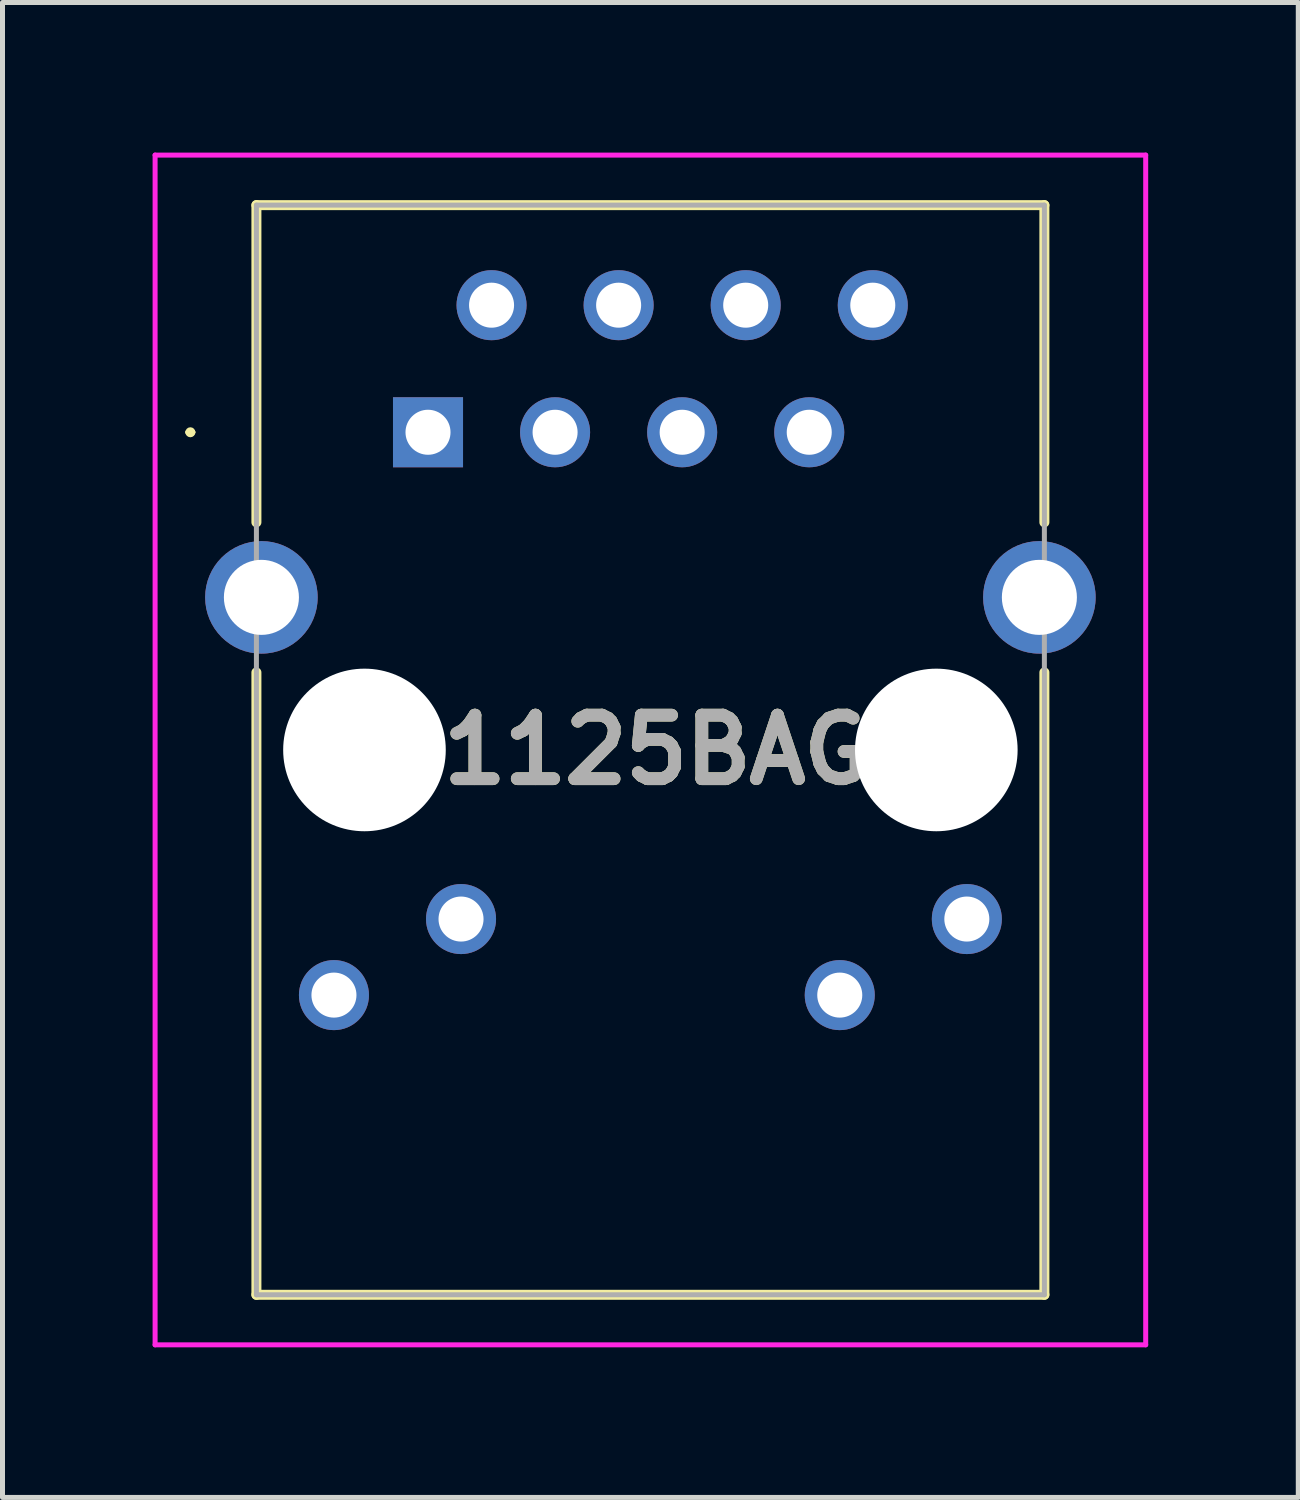
<source format=kicad_pcb>
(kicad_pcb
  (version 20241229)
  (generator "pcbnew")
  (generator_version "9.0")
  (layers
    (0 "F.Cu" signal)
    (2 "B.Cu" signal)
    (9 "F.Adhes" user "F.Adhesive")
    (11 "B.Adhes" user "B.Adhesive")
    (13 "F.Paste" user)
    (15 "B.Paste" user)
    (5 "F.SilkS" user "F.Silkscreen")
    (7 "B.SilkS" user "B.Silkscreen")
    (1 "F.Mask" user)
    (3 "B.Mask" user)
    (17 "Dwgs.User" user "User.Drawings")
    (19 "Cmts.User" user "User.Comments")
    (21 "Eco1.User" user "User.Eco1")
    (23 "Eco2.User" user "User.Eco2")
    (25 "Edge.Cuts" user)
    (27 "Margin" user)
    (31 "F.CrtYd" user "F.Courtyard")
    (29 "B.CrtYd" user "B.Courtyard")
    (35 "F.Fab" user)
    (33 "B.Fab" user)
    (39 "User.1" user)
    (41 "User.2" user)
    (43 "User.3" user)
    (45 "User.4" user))
  (footprint "RB1125BAG1A"
    (layer "F.Cu")
    (at 5.505 5.59)
    (property "Reference" "RB1125BAG1A" (at 4.445 6.35 0) (layer "F.SilkS") (effects (font (size 1.27 1.27) (thickness 0.254))))
    (attr through_hole)
    (fp_line (start -4.8 0) (end -4.8 0) (stroke (width 0.1) (type solid)) (layer "F.SilkS"))
    (fp_line (start -4.7 0) (end -4.7 0) (stroke (width 0.1) (type solid)) (layer "F.SilkS"))
    (fp_line (start -3.43 -4.54) (end 12.32 -4.54) (stroke (width 0.2) (type solid)) (layer "F.SilkS"))
    (fp_line (start -3.43 1.8) (end -3.43 -4.54) (stroke (width 0.2) (type solid)) (layer "F.SilkS"))
    (fp_line (start -3.43 17.24) (end -3.43 4.8) (stroke (width 0.2) (type solid)) (layer "F.SilkS"))
    (fp_line (start 12.32 -4.54) (end 12.32 1.8) (stroke (width 0.2) (type solid)) (layer "F.SilkS"))
    (fp_line (start 12.32 4.8) (end 12.32 17.24) (stroke (width 0.2) (type solid)) (layer "F.SilkS"))
    (fp_line (start 12.32 17.24) (end -3.43 17.24) (stroke (width 0.2) (type solid)) (layer "F.SilkS"))
    (fp_arc (start -4.8 0) (mid -4.75 -0.05) (end -4.7 0) (stroke (width 0.1) (type solid)) (layer "F.SilkS"))
    (fp_arc (start -4.7 0) (mid -4.75 0.05) (end -4.8 0) (stroke (width 0.1) (type solid)) (layer "F.SilkS"))
    (fp_line (start -5.455 -5.54) (end 14.345 -5.54) (stroke (width 0.1) (type solid)) (layer "F.CrtYd"))
    (fp_line (start -5.455 18.24) (end -5.455 -5.54) (stroke (width 0.1) (type solid)) (layer "F.CrtYd"))
    (fp_line (start 14.345 -5.54) (end 14.345 18.24) (stroke (width 0.1) (type solid)) (layer "F.CrtYd"))
    (fp_line (start 14.345 18.24) (end -5.455 18.24) (stroke (width 0.1) (type solid)) (layer "F.CrtYd"))
    (fp_line (start -3.43 -4.54) (end 12.32 -4.54) (stroke (width 0.1) (type solid)) (layer "F.Fab"))
    (fp_line (start -3.43 17.24) (end -3.43 -4.54) (stroke (width 0.1) (type solid)) (layer "F.Fab"))
    (fp_line (start 12.32 -4.54) (end 12.32 17.24) (stroke (width 0.1) (type solid)) (layer "F.Fab"))
    (fp_line (start 12.32 17.24) (end -3.43 17.24) (stroke (width 0.1) (type solid)) (layer "F.Fab"))
    (fp_text user "${REFERENCE}" (at 4.445 6.35 0) (layer "F.Fab") (effects (font (size 1.27 1.27) (thickness 0.254))))
    (pad "" np_thru_hole circle (at -1.27 6.35) (size 3.25 3.25) (drill 3.25) (layers "*.Cu" "*.Mask"))
    (pad "" np_thru_hole circle (at 10.16 6.35) (size 3.25 3.25) (drill 3.25) (layers "*.Cu" "*.Mask"))
    (pad "1" thru_hole circle (at -3.33 3.3) (size 2.25 2.25) (drill 1.5) (layers "*.Cu" "*.Mask"))
    (pad "2" thru_hole circle (at 12.22 3.3) (size 2.25 2.25) (drill 1.5) (layers "*.Cu" "*.Mask"))
    (pad "L1" thru_hole circle (at 10.77 9.73) (size 1.4 1.4) (drill 0.9) (layers "*.Cu" "*.Mask"))
    (pad "L2" thru_hole circle (at 8.23 11.25) (size 1.4 1.4) (drill 0.9) (layers "*.Cu" "*.Mask"))
    (pad "L3" thru_hole circle (at 0.66 9.73) (size 1.4 1.4) (drill 0.9) (layers "*.Cu" "*.Mask"))
    (pad "L4" thru_hole circle (at -1.88 11.25) (size 1.4 1.4) (drill 0.9) (layers "*.Cu" "*.Mask"))
    (pad "R1" thru_hole rect (at 0 0) (size 1.4 1.4) (drill 0.9) (layers "*.Cu" "*.Mask"))
    (pad "R2" thru_hole circle (at 1.27 -2.54) (size 1.4 1.4) (drill 0.9) (layers "*.Cu" "*.Mask"))
    (pad "R3" thru_hole circle (at 2.54 0) (size 1.4 1.4) (drill 0.9) (layers "*.Cu" "*.Mask"))
    (pad "R4" thru_hole circle (at 3.81 -2.54) (size 1.4 1.4) (drill 0.9) (layers "*.Cu" "*.Mask"))
    (pad "R5" thru_hole circle (at 5.08 0) (size 1.4 1.4) (drill 0.9) (layers "*.Cu" "*.Mask"))
    (pad "R6" thru_hole circle (at 6.35 -2.54) (size 1.4 1.4) (drill 0.9) (layers "*.Cu" "*.Mask"))
    (pad "R7" thru_hole circle (at 7.62 0) (size 1.4 1.4) (drill 0.9) (layers "*.Cu" "*.Mask"))
    (pad "R8" thru_hole circle (at 8.89 -2.54) (size 1.4 1.4) (drill 0.9) (layers "*.Cu" "*.Mask")))
  (gr_rect
    (start -3 -3)
    (end 22.9 26.88)
    (stroke (width 0.1) (type default))
    (fill no)
    (layer "Edge.Cuts")))
</source>
